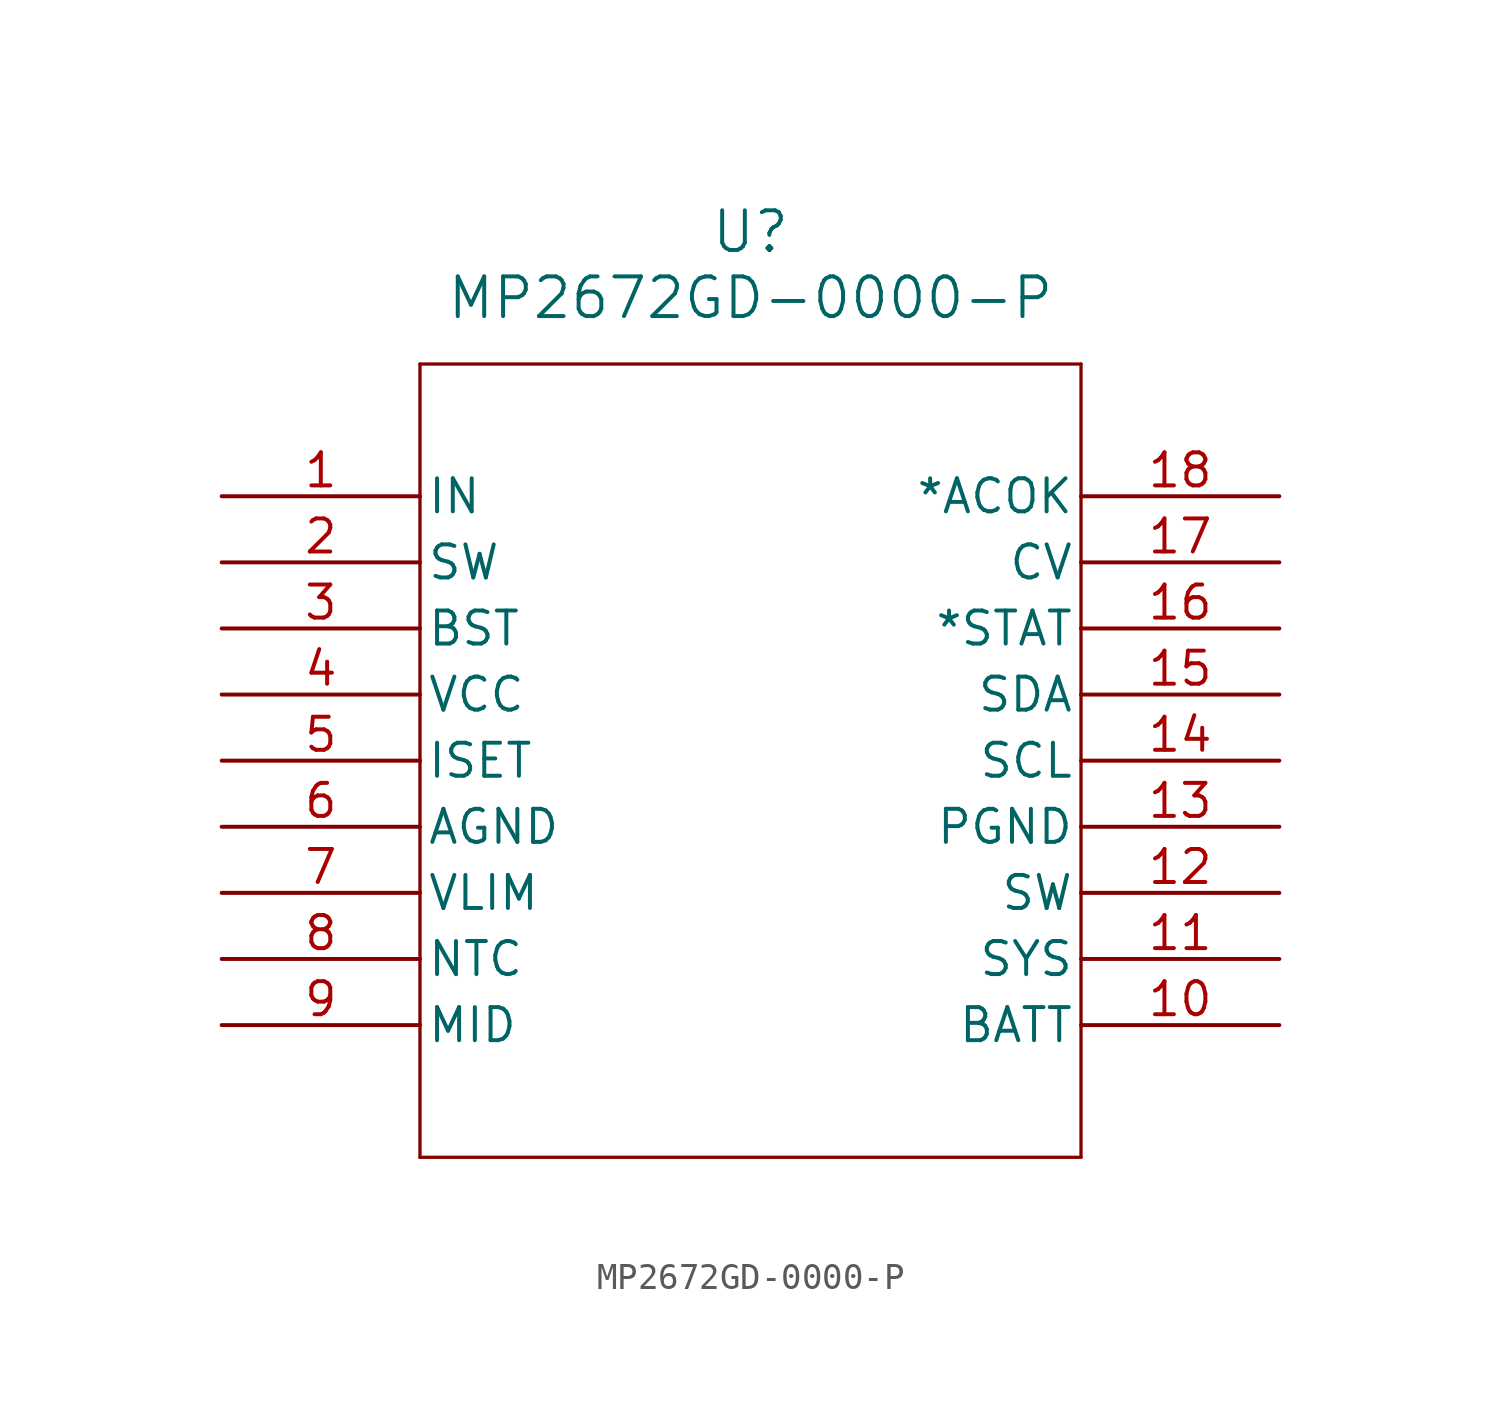
<source format=kicad_sym>
(kicad_symbol_lib
  (version 20211014)
  (generator kicad_symbol_editor)
  (symbol "MP2672GD-0000-P"
    (pin_names
      (offset 0.254))
    (property "Reference" "U"
      (at 20.32 10.16 0)
      (effects (font (size 1.524 1.524))))
    (property "Value" "MP2672GD-0000-P"
      (at 20.32 7.62 0)
      (effects (font (size 1.524 1.524))))
    (symbol "MP2672GD-0000-P_0_1"
      (polyline (pts (xy 7.62 5.08) (xy 7.62 -25.4)) (stroke (width 0.127) (type default) (color 0 0 0 0)) (fill (type none)))
      (polyline (pts (xy 7.62 -25.4) (xy 33.02 -25.4)) (stroke (width 0.127) (type default) (color 0 0 0 0)) (fill (type none)))
      (polyline (pts (xy 33.02 -25.4) (xy 33.02 5.08)) (stroke (width 0.127) (type default) (color 0 0 0 0)) (fill (type none)))
      (polyline (pts (xy 33.02 5.08) (xy 7.62 5.08)) (stroke (width 0.127) (type default) (color 0 0 0 0)) (fill (type none)))
      (pin power_in line (at 0 0 0) (length 7.62) (name "IN" (effects (font (size 1.27 1.27)))) (number "1" (effects (font (size 1.27 1.27)))))
      (pin power_in line (at 0 -2.54 0) (length 7.62) (name "SW" (effects (font (size 1.27 1.27)))) (number "2" (effects (font (size 1.27 1.27)))))
      (pin power_in line (at 0 -5.08 0) (length 7.62) (name "BST" (effects (font (size 1.27 1.27)))) (number "3" (effects (font (size 1.27 1.27)))))
      (pin power_in line (at 0 -7.62 0) (length 7.62) (name "VCC" (effects (font (size 1.27 1.27)))) (number "4" (effects (font (size 1.27 1.27)))))
      (pin input line (at 0 -10.16 0) (length 7.62) (name "ISET" (effects (font (size 1.27 1.27)))) (number "5" (effects (font (size 1.27 1.27)))))
      (pin power_in line (at 0 -12.7 0) (length 7.62) (name "AGND" (effects (font (size 1.27 1.27)))) (number "6" (effects (font (size 1.27 1.27)))))
      (pin input line (at 0 -15.24 0) (length 7.62) (name "VLIM" (effects (font (size 1.27 1.27)))) (number "7" (effects (font (size 1.27 1.27)))))
      (pin input line (at 0 -17.78 0) (length 7.62) (name "NTC" (effects (font (size 1.27 1.27)))) (number "8" (effects (font (size 1.27 1.27)))))
      (pin power_in line (at 0 -20.32 0) (length 7.62) (name "MID" (effects (font (size 1.27 1.27)))) (number "9" (effects (font (size 1.27 1.27)))))
      (pin power_in line (at 40.64 -20.32 180) (length 7.62) (name "BATT" (effects (font (size 1.27 1.27)))) (number "10" (effects (font (size 1.27 1.27)))))
      (pin power_in line (at 40.64 -17.78 180) (length 7.62) (name "SYS" (effects (font (size 1.27 1.27)))) (number "11" (effects (font (size 1.27 1.27)))))
      (pin power_in line (at 40.64 -15.24 180) (length 7.62) (name "SW" (effects (font (size 1.27 1.27)))) (number "12" (effects (font (size 1.27 1.27)))))
      (pin power_in line (at 40.64 -12.7 180) (length 7.62) (name "PGND" (effects (font (size 1.27 1.27)))) (number "13" (effects (font (size 1.27 1.27)))))
      (pin input line (at 40.64 -10.16 180) (length 7.62) (name "SCL" (effects (font (size 1.27 1.27)))) (number "14" (effects (font (size 1.27 1.27)))))
      (pin bidirectional line (at 40.64 -7.62 180) (length 7.62) (name "SDA" (effects (font (size 1.27 1.27)))) (number "15" (effects (font (size 1.27 1.27)))))
      (pin output line (at 40.64 -5.08 180) (length 7.62) (name "*STAT" (effects (font (size 1.27 1.27)))) (number "16" (effects (font (size 1.27 1.27)))))
      (pin input line (at 40.64 -2.54 180) (length 7.62) (name "CV" (effects (font (size 1.27 1.27)))) (number "17" (effects (font (size 1.27 1.27)))))
      (pin output line (at 40.64 0 180) (length 7.62) (name "*ACOK" (effects (font (size 1.27 1.27)))) (number "18" (effects (font (size 1.27 1.27))))))))
</source>
